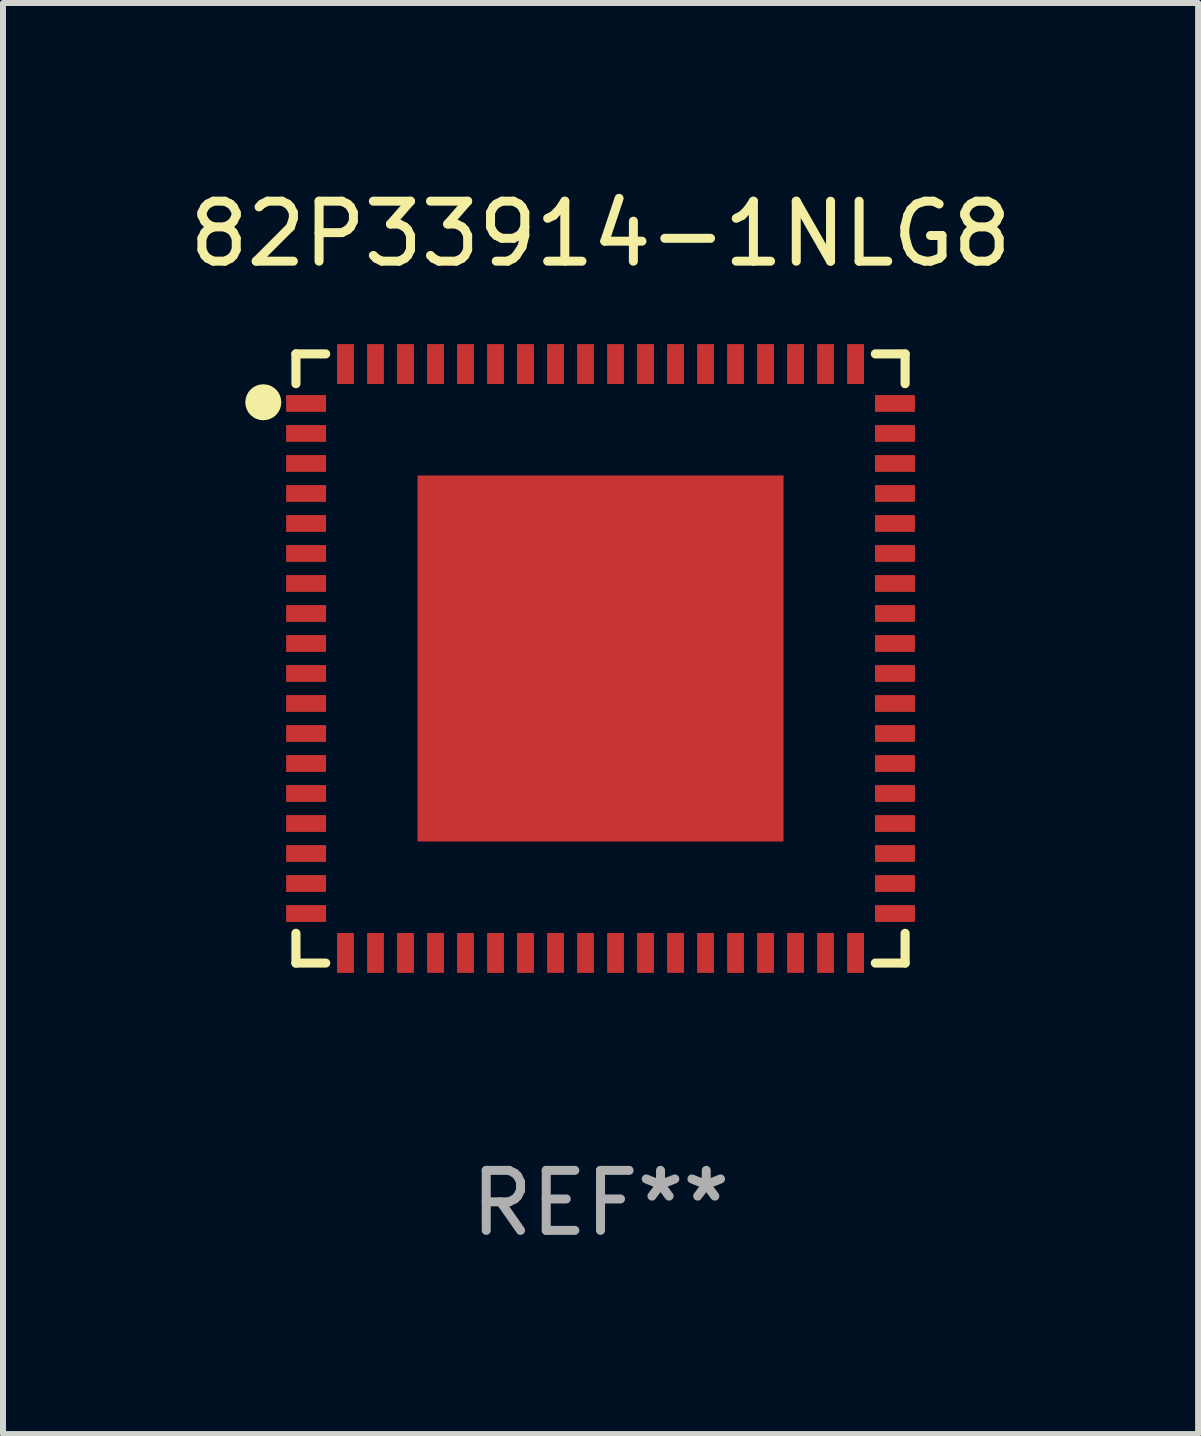
<source format=kicad_pcb>
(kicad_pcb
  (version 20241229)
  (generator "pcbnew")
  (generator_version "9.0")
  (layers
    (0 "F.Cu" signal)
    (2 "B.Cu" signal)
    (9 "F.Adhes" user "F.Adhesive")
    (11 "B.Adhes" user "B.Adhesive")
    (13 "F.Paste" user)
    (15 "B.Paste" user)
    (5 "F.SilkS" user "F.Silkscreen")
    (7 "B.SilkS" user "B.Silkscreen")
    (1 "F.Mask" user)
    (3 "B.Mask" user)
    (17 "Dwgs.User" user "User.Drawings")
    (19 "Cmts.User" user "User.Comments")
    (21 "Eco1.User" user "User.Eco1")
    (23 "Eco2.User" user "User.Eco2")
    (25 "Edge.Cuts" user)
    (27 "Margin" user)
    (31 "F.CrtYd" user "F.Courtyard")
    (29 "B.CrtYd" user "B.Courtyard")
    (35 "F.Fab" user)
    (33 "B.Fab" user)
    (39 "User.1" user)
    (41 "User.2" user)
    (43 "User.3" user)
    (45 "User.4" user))
  (footprint "82P33914-1NLG8"
    (layer "F.Cu")
    (at 6.958 7.924)
    (property "Reference" "82P33914-1NLG8" (at 0 -7.076 0) (layer "F.SilkS") (effects (font (size 1 1) (thickness 0.15))))
    (attr through_hole)
    (fp_line (start -5.076 -5.076) (end -5.076 -4.58) (stroke (width 0.152) (type solid)) (layer "F.SilkS"))
    (fp_line (start -5.076 5.076) (end -5.076 4.58) (stroke (width 0.152) (type solid)) (layer "F.SilkS"))
    (fp_line (start -4.58 -5.076) (end -5.076 -5.076) (stroke (width 0.152) (type solid)) (layer "F.SilkS"))
    (fp_line (start -4.58 5.076) (end -5.076 5.076) (stroke (width 0.152) (type solid)) (layer "F.SilkS"))
    (fp_line (start 4.58 -5.076) (end 5.076 -5.076) (stroke (width 0.152) (type solid)) (layer "F.SilkS"))
    (fp_line (start 4.58 5.076) (end 5.076 5.076) (stroke (width 0.152) (type solid)) (layer "F.SilkS"))
    (fp_line (start 5.076 -5.076) (end 5.076 -4.58) (stroke (width 0.152) (type solid)) (layer "F.SilkS"))
    (fp_line (start 5.076 5.076) (end 5.076 4.58) (stroke (width 0.152) (type solid)) (layer "F.SilkS"))
    (fp_circle (center -5.62 -4.27) (end -5.47 -4.27) (stroke (width 0.3) (type solid)) (fill no) (layer "F.SilkS"))
    (fp_text user "REF**" (at 0 9.076 0) (layer "F.Fab") (effects (font (size 1 1) (thickness 0.15))))
    (pad "1" smd rect (at -4.907 -4.25 270) (size 0.28 0.665) (layers "F.Cu" "F.Mask" "F.Paste"))
    (pad "2" smd rect (at -4.907 -3.75 270) (size 0.28 0.665) (layers "F.Cu" "F.Mask" "F.Paste"))
    (pad "3" smd rect (at -4.907 -3.25 270) (size 0.28 0.665) (layers "F.Cu" "F.Mask" "F.Paste"))
    (pad "4" smd rect (at -4.907 -2.75 270) (size 0.28 0.665) (layers "F.Cu" "F.Mask" "F.Paste"))
    (pad "5" smd rect (at -4.907 -2.25 270) (size 0.28 0.665) (layers "F.Cu" "F.Mask" "F.Paste"))
    (pad "6" smd rect (at -4.907 -1.75 270) (size 0.28 0.665) (layers "F.Cu" "F.Mask" "F.Paste"))
    (pad "7" smd rect (at -4.907 -1.25 270) (size 0.28 0.665) (layers "F.Cu" "F.Mask" "F.Paste"))
    (pad "8" smd rect (at -4.907 -0.75 270) (size 0.28 0.665) (layers "F.Cu" "F.Mask" "F.Paste"))
    (pad "9" smd rect (at -4.907 -0.25 270) (size 0.28 0.665) (layers "F.Cu" "F.Mask" "F.Paste"))
    (pad "10" smd rect (at -4.907 0.25 270) (size 0.28 0.665) (layers "F.Cu" "F.Mask" "F.Paste"))
    (pad "11" smd rect (at -4.907 0.75 270) (size 0.28 0.665) (layers "F.Cu" "F.Mask" "F.Paste"))
    (pad "12" smd rect (at -4.907 1.25 270) (size 0.28 0.665) (layers "F.Cu" "F.Mask" "F.Paste"))
    (pad "13" smd rect (at -4.907 1.75 270) (size 0.28 0.665) (layers "F.Cu" "F.Mask" "F.Paste"))
    (pad "14" smd rect (at -4.907 2.25 270) (size 0.28 0.665) (layers "F.Cu" "F.Mask" "F.Paste"))
    (pad "15" smd rect (at -4.907 2.75 270) (size 0.28 0.665) (layers "F.Cu" "F.Mask" "F.Paste"))
    (pad "16" smd rect (at -4.907 3.25 270) (size 0.28 0.665) (layers "F.Cu" "F.Mask" "F.Paste"))
    (pad "17" smd rect (at -4.907 3.75 270) (size 0.28 0.665) (layers "F.Cu" "F.Mask" "F.Paste"))
    (pad "18" smd rect (at -4.907 4.25 270) (size 0.28 0.665) (layers "F.Cu" "F.Mask" "F.Paste"))
    (pad "19" smd rect (at -4.25 4.907 270) (size 0.665 0.28) (layers "F.Cu" "F.Mask" "F.Paste"))
    (pad "20" smd rect (at -3.75 4.907 270) (size 0.665 0.28) (layers "F.Cu" "F.Mask" "F.Paste"))
    (pad "21" smd rect (at -3.25 4.907 270) (size 0.665 0.28) (layers "F.Cu" "F.Mask" "F.Paste"))
    (pad "22" smd rect (at -2.75 4.907 270) (size 0.665 0.28) (layers "F.Cu" "F.Mask" "F.Paste"))
    (pad "23" smd rect (at -2.25 4.907 270) (size 0.665 0.28) (layers "F.Cu" "F.Mask" "F.Paste"))
    (pad "24" smd rect (at -1.75 4.907 270) (size 0.665 0.28) (layers "F.Cu" "F.Mask" "F.Paste"))
    (pad "25" smd rect (at -1.25 4.907 270) (size 0.665 0.28) (layers "F.Cu" "F.Mask" "F.Paste"))
    (pad "26" smd rect (at -0.75 4.907 270) (size 0.665 0.28) (layers "F.Cu" "F.Mask" "F.Paste"))
    (pad "27" smd rect (at -0.25 4.907 270) (size 0.665 0.28) (layers "F.Cu" "F.Mask" "F.Paste"))
    (pad "28" smd rect (at 0.25 4.907 270) (size 0.665 0.28) (layers "F.Cu" "F.Mask" "F.Paste"))
    (pad "29" smd rect (at 0.75 4.907 270) (size 0.665 0.28) (layers "F.Cu" "F.Mask" "F.Paste"))
    (pad "30" smd rect (at 1.25 4.907 270) (size 0.665 0.28) (layers "F.Cu" "F.Mask" "F.Paste"))
    (pad "31" smd rect (at 1.75 4.907 270) (size 0.665 0.28) (layers "F.Cu" "F.Mask" "F.Paste"))
    (pad "32" smd rect (at 2.25 4.907 270) (size 0.665 0.28) (layers "F.Cu" "F.Mask" "F.Paste"))
    (pad "33" smd rect (at 2.75 4.907 270) (size 0.665 0.28) (layers "F.Cu" "F.Mask" "F.Paste"))
    (pad "34" smd rect (at 3.25 4.907 270) (size 0.665 0.28) (layers "F.Cu" "F.Mask" "F.Paste"))
    (pad "35" smd rect (at 3.75 4.907 270) (size 0.665 0.28) (layers "F.Cu" "F.Mask" "F.Paste"))
    (pad "36" smd rect (at 4.25 4.907 270) (size 0.665 0.28) (layers "F.Cu" "F.Mask" "F.Paste"))
    (pad "37" smd rect (at 4.907 4.25 270) (size 0.28 0.665) (layers "F.Cu" "F.Mask" "F.Paste"))
    (pad "38" smd rect (at 4.907 3.75 270) (size 0.28 0.665) (layers "F.Cu" "F.Mask" "F.Paste"))
    (pad "39" smd rect (at 4.907 3.25 270) (size 0.28 0.665) (layers "F.Cu" "F.Mask" "F.Paste"))
    (pad "40" smd rect (at 4.907 2.75 270) (size 0.28 0.665) (layers "F.Cu" "F.Mask" "F.Paste"))
    (pad "41" smd rect (at 4.907 2.25 270) (size 0.28 0.665) (layers "F.Cu" "F.Mask" "F.Paste"))
    (pad "42" smd rect (at 4.907 1.75 270) (size 0.28 0.665) (layers "F.Cu" "F.Mask" "F.Paste"))
    (pad "43" smd rect (at 4.907 1.25 270) (size 0.28 0.665) (layers "F.Cu" "F.Mask" "F.Paste"))
    (pad "44" smd rect (at 4.907 0.75 270) (size 0.28 0.665) (layers "F.Cu" "F.Mask" "F.Paste"))
    (pad "45" smd rect (at 4.907 0.25 270) (size 0.28 0.665) (layers "F.Cu" "F.Mask" "F.Paste"))
    (pad "46" smd rect (at 4.907 -0.25 270) (size 0.28 0.665) (layers "F.Cu" "F.Mask" "F.Paste"))
    (pad "47" smd rect (at 4.907 -0.75 270) (size 0.28 0.665) (layers "F.Cu" "F.Mask" "F.Paste"))
    (pad "48" smd rect (at 4.907 -1.25 270) (size 0.28 0.665) (layers "F.Cu" "F.Mask" "F.Paste"))
    (pad "49" smd rect (at 4.907 -1.75 270) (size 0.28 0.665) (layers "F.Cu" "F.Mask" "F.Paste"))
    (pad "50" smd rect (at 4.907 -2.25 270) (size 0.28 0.665) (layers "F.Cu" "F.Mask" "F.Paste"))
    (pad "51" smd rect (at 4.907 -2.75 270) (size 0.28 0.665) (layers "F.Cu" "F.Mask" "F.Paste"))
    (pad "52" smd rect (at 4.907 -3.25 270) (size 0.28 0.665) (layers "F.Cu" "F.Mask" "F.Paste"))
    (pad "53" smd rect (at 4.907 -3.75 270) (size 0.28 0.665) (layers "F.Cu" "F.Mask" "F.Paste"))
    (pad "54" smd rect (at 4.907 -4.25 270) (size 0.28 0.665) (layers "F.Cu" "F.Mask" "F.Paste"))
    (pad "55" smd rect (at 4.25 -4.907 270) (size 0.665 0.28) (layers "F.Cu" "F.Mask" "F.Paste"))
    (pad "56" smd rect (at 3.75 -4.907 270) (size 0.665 0.28) (layers "F.Cu" "F.Mask" "F.Paste"))
    (pad "57" smd rect (at 3.25 -4.907 270) (size 0.665 0.28) (layers "F.Cu" "F.Mask" "F.Paste"))
    (pad "58" smd rect (at 2.75 -4.907 270) (size 0.665 0.28) (layers "F.Cu" "F.Mask" "F.Paste"))
    (pad "59" smd rect (at 2.25 -4.907 270) (size 0.665 0.28) (layers "F.Cu" "F.Mask" "F.Paste"))
    (pad "60" smd rect (at 1.75 -4.907 270) (size 0.665 0.28) (layers "F.Cu" "F.Mask" "F.Paste"))
    (pad "61" smd rect (at 1.25 -4.907 270) (size 0.665 0.28) (layers "F.Cu" "F.Mask" "F.Paste"))
    (pad "62" smd rect (at 0.75 -4.907 270) (size 0.665 0.28) (layers "F.Cu" "F.Mask" "F.Paste"))
    (pad "63" smd rect (at 0.25 -4.907 270) (size 0.665 0.28) (layers "F.Cu" "F.Mask" "F.Paste"))
    (pad "64" smd rect (at -0.25 -4.907 270) (size 0.665 0.28) (layers "F.Cu" "F.Mask" "F.Paste"))
    (pad "65" smd rect (at -0.75 -4.907 270) (size 0.665 0.28) (layers "F.Cu" "F.Mask" "F.Paste"))
    (pad "66" smd rect (at -1.25 -4.907 270) (size 0.665 0.28) (layers "F.Cu" "F.Mask" "F.Paste"))
    (pad "67" smd rect (at -1.75 -4.907 270) (size 0.665 0.28) (layers "F.Cu" "F.Mask" "F.Paste"))
    (pad "68" smd rect (at -2.25 -4.907 270) (size 0.665 0.28) (layers "F.Cu" "F.Mask" "F.Paste"))
    (pad "69" smd rect (at -2.75 -4.907 270) (size 0.665 0.28) (layers "F.Cu" "F.Mask" "F.Paste"))
    (pad "70" smd rect (at -3.25 -4.907 270) (size 0.665 0.28) (layers "F.Cu" "F.Mask" "F.Paste"))
    (pad "71" smd rect (at -3.75 -4.907 270) (size 0.665 0.28) (layers "F.Cu" "F.Mask" "F.Paste"))
    (pad "72" smd rect (at -4.25 -4.907 270) (size 0.665 0.28) (layers "F.Cu" "F.Mask" "F.Paste"))
    (pad "73" smd rect (at 0.000127 0.000127 270) (size 6.1 6.1) (layers "F.Cu" "F.Mask" "F.Paste")))
  (gr_rect
    (start -3 -3)
    (end 16.917 20.849)
    (stroke (width 0.1) (type default))
    (fill no)
    (layer "Edge.Cuts")))
</source>
